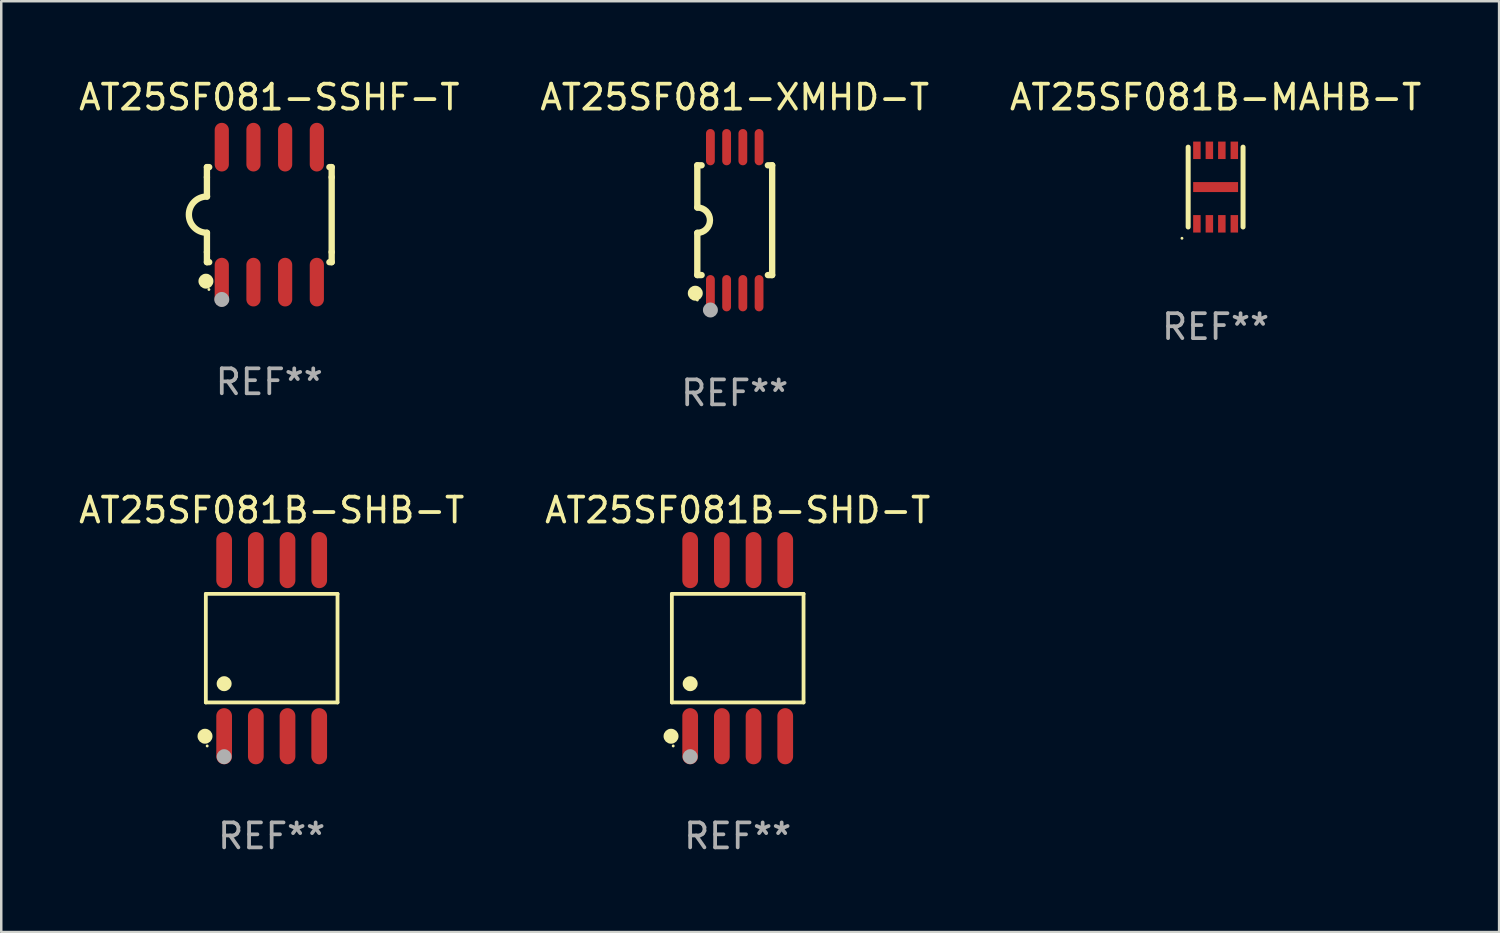
<source format=kicad_pcb>
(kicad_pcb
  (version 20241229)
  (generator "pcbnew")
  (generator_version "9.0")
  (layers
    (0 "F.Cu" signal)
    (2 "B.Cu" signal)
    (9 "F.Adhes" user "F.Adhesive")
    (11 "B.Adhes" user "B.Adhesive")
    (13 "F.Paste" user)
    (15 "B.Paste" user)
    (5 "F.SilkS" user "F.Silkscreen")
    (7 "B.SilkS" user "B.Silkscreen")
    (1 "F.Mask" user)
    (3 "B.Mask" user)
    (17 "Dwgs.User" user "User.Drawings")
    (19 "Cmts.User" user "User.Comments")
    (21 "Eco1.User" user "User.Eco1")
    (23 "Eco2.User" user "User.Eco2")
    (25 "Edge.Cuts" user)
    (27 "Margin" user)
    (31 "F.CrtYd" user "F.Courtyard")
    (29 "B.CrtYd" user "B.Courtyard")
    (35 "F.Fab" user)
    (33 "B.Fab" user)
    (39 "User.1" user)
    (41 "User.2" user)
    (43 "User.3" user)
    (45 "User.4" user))
  (footprint "AT25SF081-XMHD-T"
    (layer "F.Cu")
    (at 26.399 5.775)
    (property "Reference" "AT25SF081-XMHD-T" (at 0 -4.927 0) (layer "F.SilkS") (effects (font (size 1 1) (thickness 0.15))))
    (attr through_hole)
    (fp_line (start -1.5 -2.2) (end -1.5 -0.508) (stroke (width 0.254) (type solid)) (layer "F.SilkS"))
    (fp_line (start -1.5 -2.2) (end -1.328 -2.2) (stroke (width 0.254) (type solid)) (layer "F.SilkS"))
    (fp_line (start -1.5 2.2) (end -1.5 0.508) (stroke (width 0.254) (type solid)) (layer "F.SilkS"))
    (fp_line (start -1.5 2.2) (end -1.328 2.2) (stroke (width 0.254) (type solid)) (layer "F.SilkS"))
    (fp_line (start 1.328 -2.2) (end 1.5 -2.2) (stroke (width 0.254) (type solid)) (layer "F.SilkS"))
    (fp_line (start 1.328 2.2) (end 1.5 2.2) (stroke (width 0.254) (type solid)) (layer "F.SilkS"))
    (fp_line (start 1.5 -2.2) (end 1.5 2.2) (stroke (width 0.254) (type solid)) (layer "F.SilkS"))
    (fp_arc (start -1.501144 -0.508) (mid -0.993143 -0.000571) (end -1.5 0.508001) (stroke (width 0.254001) (type solid)) (layer "F.SilkS"))
    (fp_circle (center -1.581 2.927) (end -1.431 2.927) (stroke (width 0.3) (type solid)) (fill no) (layer "F.SilkS"))
    (fp_circle (center -1.5 3.2) (end -1.47 3.2) (stroke (width 0.06) (type solid)) (fill no) (layer "F.SilkS"))
    (fp_circle (center -0.975 3.6) (end -0.825 3.6) (stroke (width 0.3) (type solid)) (fill no) (layer "F.Fab"))
    (fp_text user "REF**" (at 0 6.927 0) (layer "F.Fab") (effects (font (size 1 1) (thickness 0.15))))
    (pad "1" smd oval (at -0.975 2.927) (size 0.353 1.454) (layers "F.Cu" "F.Mask" "F.Paste"))
    (pad "2" smd oval (at -0.325 2.927) (size 0.353 1.454) (layers "F.Cu" "F.Mask" "F.Paste"))
    (pad "3" smd oval (at 0.325 2.927) (size 0.353 1.454) (layers "F.Cu" "F.Mask" "F.Paste"))
    (pad "4" smd oval (at 0.975 2.927) (size 0.353 1.454) (layers "F.Cu" "F.Mask" "F.Paste"))
    (pad "5" smd oval (at 0.975 -2.927) (size 0.353 1.454) (layers "F.Cu" "F.Mask" "F.Paste"))
    (pad "6" smd oval (at 0.325 -2.927) (size 0.353 1.454) (layers "F.Cu" "F.Mask" "F.Paste"))
    (pad "7" smd oval (at -0.325 -2.927) (size 0.353 1.454) (layers "F.Cu" "F.Mask" "F.Paste"))
    (pad "8" smd oval (at -0.975 -2.927) (size 0.353 1.454) (layers "F.Cu" "F.Mask" "F.Paste")))
  (footprint "AT25SF081B-SHB-T"
    (layer "F.Cu")
    (at 7.839 22.929)
    (property "Reference" "AT25SF081B-SHB-T" (at 0 -5.53 0) (layer "F.SilkS") (effects (font (size 1 1) (thickness 0.15))))
    (attr through_hole)
    (fp_line (start -2.639 -2.176) (end 2.639 -2.176) (stroke (width 0.152) (type solid)) (layer "F.SilkS"))
    (fp_line (start -2.639 2.176) (end -2.639 -2.176) (stroke (width 0.152) (type solid)) (layer "F.SilkS"))
    (fp_line (start 2.639 -2.176) (end 2.639 2.176) (stroke (width 0.152) (type solid)) (layer "F.SilkS"))
    (fp_line (start 2.639 2.176) (end -2.639 2.176) (stroke (width 0.152) (type solid)) (layer "F.SilkS"))
    (fp_circle (center -2.672 3.53) (end -2.522 3.53) (stroke (width 0.3) (type solid)) (fill no) (layer "F.SilkS"))
    (fp_circle (center -2.585 3.92) (end -2.555 3.92) (stroke (width 0.06) (type solid)) (fill no) (layer "F.SilkS"))
    (fp_circle (center -1.905 1.424) (end -1.755 1.424) (stroke (width 0.3) (type solid)) (fill no) (layer "F.SilkS"))
    (fp_circle (center -1.905 4.35) (end -1.755 4.35) (stroke (width 0.3) (type solid)) (fill no) (layer "F.Fab"))
    (fp_text user "REF**" (at 0 7.53 0) (layer "F.Fab") (effects (font (size 1 1) (thickness 0.15))))
    (pad "1" smd oval (at -1.905 3.53) (size 0.63 2.25) (layers "F.Cu" "F.Mask" "F.Paste"))
    (pad "2" smd oval (at -0.635 3.53) (size 0.63 2.25) (layers "F.Cu" "F.Mask" "F.Paste"))
    (pad "3" smd oval (at 0.635 3.53) (size 0.63 2.25) (layers "F.Cu" "F.Mask" "F.Paste"))
    (pad "4" smd oval (at 1.905 3.53) (size 0.63 2.25) (layers "F.Cu" "F.Mask" "F.Paste"))
    (pad "5" smd oval (at 1.905 -3.53) (size 0.63 2.25) (layers "F.Cu" "F.Mask" "F.Paste"))
    (pad "6" smd oval (at 0.635 -3.53) (size 0.63 2.25) (layers "F.Cu" "F.Mask" "F.Paste"))
    (pad "7" smd oval (at -0.635 -3.53) (size 0.63 2.25) (layers "F.Cu" "F.Mask" "F.Paste"))
    (pad "8" smd oval (at -1.905 -3.53) (size 0.63 2.25) (layers "F.Cu" "F.Mask" "F.Paste")))
  (footprint "AT25SF081B-SHD-T"
    (layer "F.Cu")
    (at 26.518 22.929)
    (property "Reference" "AT25SF081B-SHD-T" (at 0 -5.53 0) (layer "F.SilkS") (effects (font (size 1 1) (thickness 0.15))))
    (attr through_hole)
    (fp_line (start -2.639 -2.176) (end 2.639 -2.176) (stroke (width 0.152) (type solid)) (layer "F.SilkS"))
    (fp_line (start -2.639 2.176) (end -2.639 -2.176) (stroke (width 0.152) (type solid)) (layer "F.SilkS"))
    (fp_line (start 2.639 -2.176) (end 2.639 2.176) (stroke (width 0.152) (type solid)) (layer "F.SilkS"))
    (fp_line (start 2.639 2.176) (end -2.639 2.176) (stroke (width 0.152) (type solid)) (layer "F.SilkS"))
    (fp_circle (center -2.672 3.53) (end -2.522 3.53) (stroke (width 0.3) (type solid)) (fill no) (layer "F.SilkS"))
    (fp_circle (center -2.585 3.92) (end -2.555 3.92) (stroke (width 0.06) (type solid)) (fill no) (layer "F.SilkS"))
    (fp_circle (center -1.905 1.424) (end -1.755 1.424) (stroke (width 0.3) (type solid)) (fill no) (layer "F.SilkS"))
    (fp_circle (center -1.905 4.35) (end -1.755 4.35) (stroke (width 0.3) (type solid)) (fill no) (layer "F.Fab"))
    (fp_text user "REF**" (at 0 7.53 0) (layer "F.Fab") (effects (font (size 1 1) (thickness 0.15))))
    (pad "1" smd oval (at -1.905 3.53) (size 0.63 2.25) (layers "F.Cu" "F.Mask" "F.Paste"))
    (pad "2" smd oval (at -0.635 3.53) (size 0.63 2.25) (layers "F.Cu" "F.Mask" "F.Paste"))
    (pad "3" smd oval (at 0.635 3.53) (size 0.63 2.25) (layers "F.Cu" "F.Mask" "F.Paste"))
    (pad "4" smd oval (at 1.905 3.53) (size 0.63 2.25) (layers "F.Cu" "F.Mask" "F.Paste"))
    (pad "5" smd oval (at 1.905 -3.53) (size 0.63 2.25) (layers "F.Cu" "F.Mask" "F.Paste"))
    (pad "6" smd oval (at 0.635 -3.53) (size 0.63 2.25) (layers "F.Cu" "F.Mask" "F.Paste"))
    (pad "7" smd oval (at -0.635 -3.53) (size 0.63 2.25) (layers "F.Cu" "F.Mask" "F.Paste"))
    (pad "8" smd oval (at -1.905 -3.53) (size 0.63 2.25) (layers "F.Cu" "F.Mask" "F.Paste")))
  (footprint "AT25SF081-SSHF-T"
    (layer "F.Cu")
    (at 7.744 5.553)
    (property "Reference" "AT25SF081-SSHF-T" (at 0 -4.705 0) (layer "F.SilkS") (effects (font (size 1 1) (thickness 0.15))))
    (attr through_hole)
    (fp_line (start -2.5 -1.905) (end -2.409 -1.905) (stroke (width 0.254) (type solid)) (layer "F.SilkS"))
    (fp_line (start -2.5 -1.5) (end -2.5 -1.905) (stroke (width 0.254) (type solid)) (layer "F.SilkS"))
    (fp_line (start -2.5 -1.5) (end -2.5 -0.726) (stroke (width 0.254) (type solid)) (layer "F.SilkS"))
    (fp_line (start -2.5 1.5) (end -2.5 0.727) (stroke (width 0.254) (type solid)) (layer "F.SilkS"))
    (fp_line (start -2.5 1.5) (end -2.5 1.905) (stroke (width 0.254) (type solid)) (layer "F.SilkS"))
    (fp_line (start -2.5 1.905) (end -2.409 1.905) (stroke (width 0.254) (type solid)) (layer "F.SilkS"))
    (fp_line (start 2.5 -1.905) (end 2.409 -1.905) (stroke (width 0.254) (type solid)) (layer "F.SilkS"))
    (fp_line (start 2.5 -1.5) (end 2.5 -1.905) (stroke (width 0.254) (type solid)) (layer "F.SilkS"))
    (fp_line (start 2.5 -1.5) (end 2.5 1.5) (stroke (width 0.254) (type solid)) (layer "F.SilkS"))
    (fp_line (start 2.5 1.5) (end 2.5 1.905) (stroke (width 0.254) (type solid)) (layer "F.SilkS"))
    (fp_line (start 2.5 1.905) (end 2.409 1.905) (stroke (width 0.254) (type solid)) (layer "F.SilkS"))
    (fp_arc (start -2.5 0.726568) (mid -3.220316 -0.0023) (end -2.495097 -0.726289) (stroke (width 0.254001) (type solid)) (layer "F.SilkS"))
    (fp_circle (center -2.54 2.667) (end -2.39 2.667) (stroke (width 0.3) (type solid)) (fill no) (layer "F.SilkS"))
    (fp_circle (center -2.42 3) (end -2.39 3) (stroke (width 0.06) (type solid)) (fill no) (layer "F.SilkS"))
    (fp_circle (center -1.905 3.4) (end -1.755 3.4) (stroke (width 0.3) (type solid)) (fill no) (layer "F.Fab"))
    (fp_text user "REF**" (at 0 6.705 0) (layer "F.Fab") (effects (font (size 1 1) (thickness 0.15))))
    (pad "1" smd oval (at -1.905 2.705) (size 0.568 1.95) (layers "F.Cu" "F.Mask" "F.Paste"))
    (pad "2" smd oval (at -0.635 2.705) (size 0.568 1.95) (layers "F.Cu" "F.Mask" "F.Paste"))
    (pad "3" smd oval (at 0.635 2.705) (size 0.568 1.95) (layers "F.Cu" "F.Mask" "F.Paste"))
    (pad "4" smd oval (at 1.905 2.705) (size 0.568 1.95) (layers "F.Cu" "F.Mask" "F.Paste"))
    (pad "5" smd oval (at 1.905 -2.705) (size 0.568 1.95) (layers "F.Cu" "F.Mask" "F.Paste"))
    (pad "6" smd oval (at 0.635 -2.705) (size 0.568 1.95) (layers "F.Cu" "F.Mask" "F.Paste"))
    (pad "7" smd oval (at -0.635 -2.705) (size 0.568 1.95) (layers "F.Cu" "F.Mask" "F.Paste"))
    (pad "8" smd oval (at -1.905 -2.705) (size 0.568 1.95) (layers "F.Cu" "F.Mask" "F.Paste")))
  (footprint "AT25SF081B-MAHB-T"
    (layer "F.Cu")
    (at 45.673 4.448)
    (property "Reference" "AT25SF081B-MAHB-T" (at 0 -3.6 0) (layer "F.SilkS") (effects (font (size 1 1) (thickness 0.15))))
    (attr through_hole)
    (fp_line (start -1.1 1.6) (end -1.1 -1.6) (stroke (width 0.2) (type solid)) (layer "F.SilkS"))
    (fp_line (start 1.1 1.6) (end 1.1 -1.6) (stroke (width 0.2) (type solid)) (layer "F.SilkS"))
    (fp_circle (center -1.348 2.052) (end -1.318 2.052) (stroke (width 0.06) (type solid)) (fill no) (layer "F.SilkS"))
    (fp_text user "REF**" (at 0 5.6 0) (layer "F.Fab") (effects (font (size 1 1) (thickness 0.15))))
    (pad "1" smd rect (at -0.75 1.473 90) (size 0.7 0.3) (layers "F.Cu" "F.Mask" "F.Paste"))
    (pad "2" smd rect (at -0.25 1.473 90) (size 0.7 0.3) (layers "F.Cu" "F.Mask" "F.Paste"))
    (pad "3" smd rect (at 0.25 1.473 90) (size 0.7 0.3) (layers "F.Cu" "F.Mask" "F.Paste"))
    (pad "4" smd rect (at 0.75 1.473 90) (size 0.7 0.3) (layers "F.Cu" "F.Mask" "F.Paste"))
    (pad "5" smd rect (at 0.75 -1.473 90) (size 0.7 0.3) (layers "F.Cu" "F.Mask" "F.Paste"))
    (pad "6" smd rect (at 0.25 -1.473 90) (size 0.7 0.3) (layers "F.Cu" "F.Mask" "F.Paste"))
    (pad "7" smd rect (at -0.25 -1.473 90) (size 0.7 0.3) (layers "F.Cu" "F.Mask" "F.Paste"))
    (pad "8" smd rect (at -0.75 -1.473 90) (size 0.7 0.3) (layers "F.Cu" "F.Mask" "F.Paste"))
    (pad "9" smd rect (at 0.000127 0) (size 1.8 0.4) (layers "F.Cu" "F.Mask" "F.Paste")))
  (gr_rect
    (start -3 -3)
    (end 57.036 34.307)
    (stroke (width 0.1) (type default))
    (fill no)
    (layer "Edge.Cuts")))
</source>
